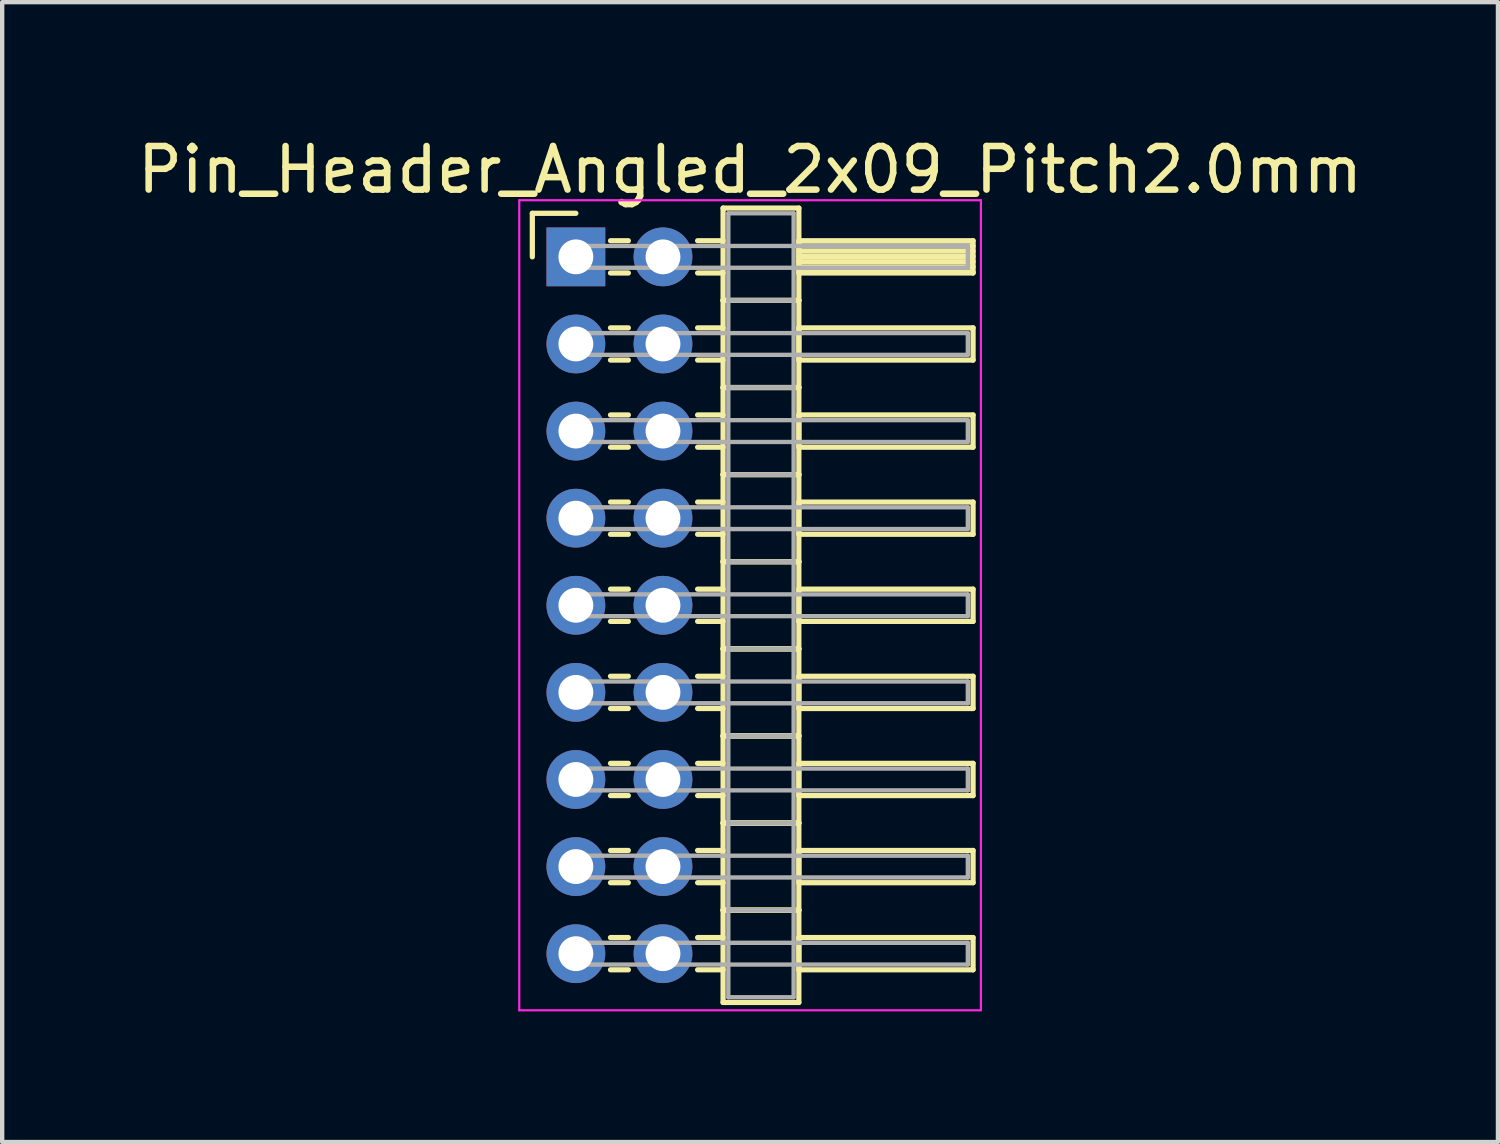
<source format=kicad_pcb>
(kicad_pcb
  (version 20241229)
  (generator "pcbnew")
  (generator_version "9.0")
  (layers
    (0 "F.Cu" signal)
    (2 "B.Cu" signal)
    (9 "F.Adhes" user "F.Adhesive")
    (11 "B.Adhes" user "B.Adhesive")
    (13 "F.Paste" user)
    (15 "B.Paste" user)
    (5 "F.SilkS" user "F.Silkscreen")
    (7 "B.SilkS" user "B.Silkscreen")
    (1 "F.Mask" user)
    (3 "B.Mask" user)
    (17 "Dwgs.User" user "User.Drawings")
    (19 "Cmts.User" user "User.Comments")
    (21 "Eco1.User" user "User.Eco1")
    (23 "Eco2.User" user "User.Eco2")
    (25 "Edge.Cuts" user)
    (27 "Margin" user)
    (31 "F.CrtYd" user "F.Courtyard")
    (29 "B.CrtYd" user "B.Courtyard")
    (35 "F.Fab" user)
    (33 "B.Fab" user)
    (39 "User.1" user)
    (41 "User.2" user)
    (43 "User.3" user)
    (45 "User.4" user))
  (footprint "Pin_Header_Angled_2x09_Pitch2.0mm"
    (layer "F.Cu")
    (at 10.173 2.848)
    (property "Reference" "Pin_Header_Angled_2x09_Pitch2.0mm" (at 4 -2 0) (layer "F.SilkS") (effects (font (size 1 1) (thickness 0.15))))
    (attr through_hole)
    (fp_line (start -1 -1) (end 0 -1) (stroke (width 0.12) (type solid)) (layer "F.SilkS"))
    (fp_line (start -1 0) (end -1 -1) (stroke (width 0.12) (type solid)) (layer "F.SilkS"))
    (fp_line (start 0.795 -0.37) (end 1.205 -0.37) (stroke (width 0.12) (type solid)) (layer "F.SilkS"))
    (fp_line (start 0.795 0.37) (end 1.205 0.37) (stroke (width 0.12) (type solid)) (layer "F.SilkS"))
    (fp_line (start 0.795 1.63) (end 1.205 1.63) (stroke (width 0.12) (type solid)) (layer "F.SilkS"))
    (fp_line (start 0.795 2.37) (end 1.205 2.37) (stroke (width 0.12) (type solid)) (layer "F.SilkS"))
    (fp_line (start 0.795 3.63) (end 1.205 3.63) (stroke (width 0.12) (type solid)) (layer "F.SilkS"))
    (fp_line (start 0.795 4.37) (end 1.205 4.37) (stroke (width 0.12) (type solid)) (layer "F.SilkS"))
    (fp_line (start 0.795 5.63) (end 1.205 5.63) (stroke (width 0.12) (type solid)) (layer "F.SilkS"))
    (fp_line (start 0.795 6.37) (end 1.205 6.37) (stroke (width 0.12) (type solid)) (layer "F.SilkS"))
    (fp_line (start 0.795 7.63) (end 1.205 7.63) (stroke (width 0.12) (type solid)) (layer "F.SilkS"))
    (fp_line (start 0.795 8.37) (end 1.205 8.37) (stroke (width 0.12) (type solid)) (layer "F.SilkS"))
    (fp_line (start 0.795 9.63) (end 1.205 9.63) (stroke (width 0.12) (type solid)) (layer "F.SilkS"))
    (fp_line (start 0.795 10.37) (end 1.205 10.37) (stroke (width 0.12) (type solid)) (layer "F.SilkS"))
    (fp_line (start 0.795 11.63) (end 1.205 11.63) (stroke (width 0.12) (type solid)) (layer "F.SilkS"))
    (fp_line (start 0.795 12.37) (end 1.205 12.37) (stroke (width 0.12) (type solid)) (layer "F.SilkS"))
    (fp_line (start 0.795 13.63) (end 1.205 13.63) (stroke (width 0.12) (type solid)) (layer "F.SilkS"))
    (fp_line (start 0.795 14.37) (end 1.205 14.37) (stroke (width 0.12) (type solid)) (layer "F.SilkS"))
    (fp_line (start 0.795 15.63) (end 1.205 15.63) (stroke (width 0.12) (type solid)) (layer "F.SilkS"))
    (fp_line (start 0.795 16.37) (end 1.205 16.37) (stroke (width 0.12) (type solid)) (layer "F.SilkS"))
    (fp_line (start 2.795 -0.37) (end 3.38 -0.37) (stroke (width 0.12) (type solid)) (layer "F.SilkS"))
    (fp_line (start 2.795 0.37) (end 3.38 0.37) (stroke (width 0.12) (type solid)) (layer "F.SilkS"))
    (fp_line (start 2.795 1.63) (end 3.38 1.63) (stroke (width 0.12) (type solid)) (layer "F.SilkS"))
    (fp_line (start 2.795 2.37) (end 3.38 2.37) (stroke (width 0.12) (type solid)) (layer "F.SilkS"))
    (fp_line (start 2.795 3.63) (end 3.38 3.63) (stroke (width 0.12) (type solid)) (layer "F.SilkS"))
    (fp_line (start 2.795 4.37) (end 3.38 4.37) (stroke (width 0.12) (type solid)) (layer "F.SilkS"))
    (fp_line (start 2.795 5.63) (end 3.38 5.63) (stroke (width 0.12) (type solid)) (layer "F.SilkS"))
    (fp_line (start 2.795 6.37) (end 3.38 6.37) (stroke (width 0.12) (type solid)) (layer "F.SilkS"))
    (fp_line (start 2.795 7.63) (end 3.38 7.63) (stroke (width 0.12) (type solid)) (layer "F.SilkS"))
    (fp_line (start 2.795 8.37) (end 3.38 8.37) (stroke (width 0.12) (type solid)) (layer "F.SilkS"))
    (fp_line (start 2.795 9.63) (end 3.38 9.63) (stroke (width 0.12) (type solid)) (layer "F.SilkS"))
    (fp_line (start 2.795 10.37) (end 3.38 10.37) (stroke (width 0.12) (type solid)) (layer "F.SilkS"))
    (fp_line (start 2.795 11.63) (end 3.38 11.63) (stroke (width 0.12) (type solid)) (layer "F.SilkS"))
    (fp_line (start 2.795 12.37) (end 3.38 12.37) (stroke (width 0.12) (type solid)) (layer "F.SilkS"))
    (fp_line (start 2.795 13.63) (end 3.38 13.63) (stroke (width 0.12) (type solid)) (layer "F.SilkS"))
    (fp_line (start 2.795 14.37) (end 3.38 14.37) (stroke (width 0.12) (type solid)) (layer "F.SilkS"))
    (fp_line (start 2.795 15.63) (end 3.38 15.63) (stroke (width 0.12) (type solid)) (layer "F.SilkS"))
    (fp_line (start 2.795 16.37) (end 3.38 16.37) (stroke (width 0.12) (type solid)) (layer "F.SilkS"))
    (fp_line (start 3.38 -1.12) (end 3.38 1) (stroke (width 0.12) (type solid)) (layer "F.SilkS"))
    (fp_line (start 3.38 1) (end 3.38 3) (stroke (width 0.12) (type solid)) (layer "F.SilkS"))
    (fp_line (start 3.38 1) (end 5.12 1) (stroke (width 0.12) (type solid)) (layer "F.SilkS"))
    (fp_line (start 3.38 3) (end 3.38 5) (stroke (width 0.12) (type solid)) (layer "F.SilkS"))
    (fp_line (start 3.38 3) (end 5.12 3) (stroke (width 0.12) (type solid)) (layer "F.SilkS"))
    (fp_line (start 3.38 5) (end 3.38 7) (stroke (width 0.12) (type solid)) (layer "F.SilkS"))
    (fp_line (start 3.38 5) (end 5.12 5) (stroke (width 0.12) (type solid)) (layer "F.SilkS"))
    (fp_line (start 3.38 7) (end 3.38 9) (stroke (width 0.12) (type solid)) (layer "F.SilkS"))
    (fp_line (start 3.38 7) (end 5.12 7) (stroke (width 0.12) (type solid)) (layer "F.SilkS"))
    (fp_line (start 3.38 9) (end 3.38 11) (stroke (width 0.12) (type solid)) (layer "F.SilkS"))
    (fp_line (start 3.38 9) (end 5.12 9) (stroke (width 0.12) (type solid)) (layer "F.SilkS"))
    (fp_line (start 3.38 11) (end 3.38 13) (stroke (width 0.12) (type solid)) (layer "F.SilkS"))
    (fp_line (start 3.38 11) (end 5.12 11) (stroke (width 0.12) (type solid)) (layer "F.SilkS"))
    (fp_line (start 3.38 13) (end 3.38 15) (stroke (width 0.12) (type solid)) (layer "F.SilkS"))
    (fp_line (start 3.38 13) (end 5.12 13) (stroke (width 0.12) (type solid)) (layer "F.SilkS"))
    (fp_line (start 3.38 15) (end 3.38 17.12) (stroke (width 0.12) (type solid)) (layer "F.SilkS"))
    (fp_line (start 3.38 15) (end 5.12 15) (stroke (width 0.12) (type solid)) (layer "F.SilkS"))
    (fp_line (start 3.38 17.12) (end 5.12 17.12) (stroke (width 0.12) (type solid)) (layer "F.SilkS"))
    (fp_line (start 5.12 -1.12) (end 3.38 -1.12) (stroke (width 0.12) (type solid)) (layer "F.SilkS"))
    (fp_line (start 5.12 -0.37) (end 5.12 0.37) (stroke (width 0.12) (type solid)) (layer "F.SilkS"))
    (fp_line (start 5.12 -0.25) (end 9.12 -0.25) (stroke (width 0.12) (type solid)) (layer "F.SilkS"))
    (fp_line (start 5.12 -0.13) (end 9.12 -0.13) (stroke (width 0.12) (type solid)) (layer "F.SilkS"))
    (fp_line (start 5.12 -0.01) (end 9.12 -0.01) (stroke (width 0.12) (type solid)) (layer "F.SilkS"))
    (fp_line (start 5.12 0.11) (end 9.12 0.11) (stroke (width 0.12) (type solid)) (layer "F.SilkS"))
    (fp_line (start 5.12 0.23) (end 9.12 0.23) (stroke (width 0.12) (type solid)) (layer "F.SilkS"))
    (fp_line (start 5.12 0.35) (end 9.12 0.35) (stroke (width 0.12) (type solid)) (layer "F.SilkS"))
    (fp_line (start 5.12 0.37) (end 9.12 0.37) (stroke (width 0.12) (type solid)) (layer "F.SilkS"))
    (fp_line (start 5.12 1) (end 3.38 1) (stroke (width 0.12) (type solid)) (layer "F.SilkS"))
    (fp_line (start 5.12 1) (end 5.12 -1.12) (stroke (width 0.12) (type solid)) (layer "F.SilkS"))
    (fp_line (start 5.12 1.63) (end 5.12 2.37) (stroke (width 0.12) (type solid)) (layer "F.SilkS"))
    (fp_line (start 5.12 2.37) (end 9.12 2.37) (stroke (width 0.12) (type solid)) (layer "F.SilkS"))
    (fp_line (start 5.12 3) (end 3.38 3) (stroke (width 0.12) (type solid)) (layer "F.SilkS"))
    (fp_line (start 5.12 3) (end 5.12 1) (stroke (width 0.12) (type solid)) (layer "F.SilkS"))
    (fp_line (start 5.12 3.63) (end 5.12 4.37) (stroke (width 0.12) (type solid)) (layer "F.SilkS"))
    (fp_line (start 5.12 4.37) (end 9.12 4.37) (stroke (width 0.12) (type solid)) (layer "F.SilkS"))
    (fp_line (start 5.12 5) (end 3.38 5) (stroke (width 0.12) (type solid)) (layer "F.SilkS"))
    (fp_line (start 5.12 5) (end 5.12 3) (stroke (width 0.12) (type solid)) (layer "F.SilkS"))
    (fp_line (start 5.12 5.63) (end 5.12 6.37) (stroke (width 0.12) (type solid)) (layer "F.SilkS"))
    (fp_line (start 5.12 6.37) (end 9.12 6.37) (stroke (width 0.12) (type solid)) (layer "F.SilkS"))
    (fp_line (start 5.12 7) (end 3.38 7) (stroke (width 0.12) (type solid)) (layer "F.SilkS"))
    (fp_line (start 5.12 7) (end 5.12 5) (stroke (width 0.12) (type solid)) (layer "F.SilkS"))
    (fp_line (start 5.12 7.63) (end 5.12 8.37) (stroke (width 0.12) (type solid)) (layer "F.SilkS"))
    (fp_line (start 5.12 8.37) (end 9.12 8.37) (stroke (width 0.12) (type solid)) (layer "F.SilkS"))
    (fp_line (start 5.12 9) (end 3.38 9) (stroke (width 0.12) (type solid)) (layer "F.SilkS"))
    (fp_line (start 5.12 9) (end 5.12 7) (stroke (width 0.12) (type solid)) (layer "F.SilkS"))
    (fp_line (start 5.12 9.63) (end 5.12 10.37) (stroke (width 0.12) (type solid)) (layer "F.SilkS"))
    (fp_line (start 5.12 10.37) (end 9.12 10.37) (stroke (width 0.12) (type solid)) (layer "F.SilkS"))
    (fp_line (start 5.12 11) (end 3.38 11) (stroke (width 0.12) (type solid)) (layer "F.SilkS"))
    (fp_line (start 5.12 11) (end 5.12 9) (stroke (width 0.12) (type solid)) (layer "F.SilkS"))
    (fp_line (start 5.12 11.63) (end 5.12 12.37) (stroke (width 0.12) (type solid)) (layer "F.SilkS"))
    (fp_line (start 5.12 12.37) (end 9.12 12.37) (stroke (width 0.12) (type solid)) (layer "F.SilkS"))
    (fp_line (start 5.12 13) (end 3.38 13) (stroke (width 0.12) (type solid)) (layer "F.SilkS"))
    (fp_line (start 5.12 13) (end 5.12 11) (stroke (width 0.12) (type solid)) (layer "F.SilkS"))
    (fp_line (start 5.12 13.63) (end 5.12 14.37) (stroke (width 0.12) (type solid)) (layer "F.SilkS"))
    (fp_line (start 5.12 14.37) (end 9.12 14.37) (stroke (width 0.12) (type solid)) (layer "F.SilkS"))
    (fp_line (start 5.12 15) (end 3.38 15) (stroke (width 0.12) (type solid)) (layer "F.SilkS"))
    (fp_line (start 5.12 15) (end 5.12 13) (stroke (width 0.12) (type solid)) (layer "F.SilkS"))
    (fp_line (start 5.12 15.63) (end 5.12 16.37) (stroke (width 0.12) (type solid)) (layer "F.SilkS"))
    (fp_line (start 5.12 16.37) (end 9.12 16.37) (stroke (width 0.12) (type solid)) (layer "F.SilkS"))
    (fp_line (start 5.12 17.12) (end 5.12 15) (stroke (width 0.12) (type solid)) (layer "F.SilkS"))
    (fp_line (start 9.12 -0.37) (end 5.12 -0.37) (stroke (width 0.12) (type solid)) (layer "F.SilkS"))
    (fp_line (start 9.12 0.37) (end 9.12 -0.37) (stroke (width 0.12) (type solid)) (layer "F.SilkS"))
    (fp_line (start 9.12 1.63) (end 5.12 1.63) (stroke (width 0.12) (type solid)) (layer "F.SilkS"))
    (fp_line (start 9.12 2.37) (end 9.12 1.63) (stroke (width 0.12) (type solid)) (layer "F.SilkS"))
    (fp_line (start 9.12 3.63) (end 5.12 3.63) (stroke (width 0.12) (type solid)) (layer "F.SilkS"))
    (fp_line (start 9.12 4.37) (end 9.12 3.63) (stroke (width 0.12) (type solid)) (layer "F.SilkS"))
    (fp_line (start 9.12 5.63) (end 5.12 5.63) (stroke (width 0.12) (type solid)) (layer "F.SilkS"))
    (fp_line (start 9.12 6.37) (end 9.12 5.63) (stroke (width 0.12) (type solid)) (layer "F.SilkS"))
    (fp_line (start 9.12 7.63) (end 5.12 7.63) (stroke (width 0.12) (type solid)) (layer "F.SilkS"))
    (fp_line (start 9.12 8.37) (end 9.12 7.63) (stroke (width 0.12) (type solid)) (layer "F.SilkS"))
    (fp_line (start 9.12 9.63) (end 5.12 9.63) (stroke (width 0.12) (type solid)) (layer "F.SilkS"))
    (fp_line (start 9.12 10.37) (end 9.12 9.63) (stroke (width 0.12) (type solid)) (layer "F.SilkS"))
    (fp_line (start 9.12 11.63) (end 5.12 11.63) (stroke (width 0.12) (type solid)) (layer "F.SilkS"))
    (fp_line (start 9.12 12.37) (end 9.12 11.63) (stroke (width 0.12) (type solid)) (layer "F.SilkS"))
    (fp_line (start 9.12 13.63) (end 5.12 13.63) (stroke (width 0.12) (type solid)) (layer "F.SilkS"))
    (fp_line (start 9.12 14.37) (end 9.12 13.63) (stroke (width 0.12) (type solid)) (layer "F.SilkS"))
    (fp_line (start 9.12 15.63) (end 5.12 15.63) (stroke (width 0.12) (type solid)) (layer "F.SilkS"))
    (fp_line (start 9.12 16.37) (end 9.12 15.63) (stroke (width 0.12) (type solid)) (layer "F.SilkS"))
    (fp_line (start -1.3 -1.3) (end -1.3 17.3) (stroke (width 0.05) (type solid)) (layer "F.CrtYd"))
    (fp_line (start -1.3 17.3) (end 9.3 17.3) (stroke (width 0.05) (type solid)) (layer "F.CrtYd"))
    (fp_line (start 9.3 -1.3) (end -1.3 -1.3) (stroke (width 0.05) (type solid)) (layer "F.CrtYd"))
    (fp_line (start 9.3 17.3) (end 9.3 -1.3) (stroke (width 0.05) (type solid)) (layer "F.CrtYd"))
    (fp_line (start 0 -0.25) (end 0 0.25) (stroke (width 0.1) (type solid)) (layer "F.Fab"))
    (fp_line (start 0 0.25) (end 9 0.25) (stroke (width 0.1) (type solid)) (layer "F.Fab"))
    (fp_line (start 0 1.75) (end 0 2.25) (stroke (width 0.1) (type solid)) (layer "F.Fab"))
    (fp_line (start 0 2.25) (end 9 2.25) (stroke (width 0.1) (type solid)) (layer "F.Fab"))
    (fp_line (start 0 3.75) (end 0 4.25) (stroke (width 0.1) (type solid)) (layer "F.Fab"))
    (fp_line (start 0 4.25) (end 9 4.25) (stroke (width 0.1) (type solid)) (layer "F.Fab"))
    (fp_line (start 0 5.75) (end 0 6.25) (stroke (width 0.1) (type solid)) (layer "F.Fab"))
    (fp_line (start 0 6.25) (end 9 6.25) (stroke (width 0.1) (type solid)) (layer "F.Fab"))
    (fp_line (start 0 7.75) (end 0 8.25) (stroke (width 0.1) (type solid)) (layer "F.Fab"))
    (fp_line (start 0 8.25) (end 9 8.25) (stroke (width 0.1) (type solid)) (layer "F.Fab"))
    (fp_line (start 0 9.75) (end 0 10.25) (stroke (width 0.1) (type solid)) (layer "F.Fab"))
    (fp_line (start 0 10.25) (end 9 10.25) (stroke (width 0.1) (type solid)) (layer "F.Fab"))
    (fp_line (start 0 11.75) (end 0 12.25) (stroke (width 0.1) (type solid)) (layer "F.Fab"))
    (fp_line (start 0 12.25) (end 9 12.25) (stroke (width 0.1) (type solid)) (layer "F.Fab"))
    (fp_line (start 0 13.75) (end 0 14.25) (stroke (width 0.1) (type solid)) (layer "F.Fab"))
    (fp_line (start 0 14.25) (end 9 14.25) (stroke (width 0.1) (type solid)) (layer "F.Fab"))
    (fp_line (start 0 15.75) (end 0 16.25) (stroke (width 0.1) (type solid)) (layer "F.Fab"))
    (fp_line (start 0 16.25) (end 9 16.25) (stroke (width 0.1) (type solid)) (layer "F.Fab"))
    (fp_line (start 3.5 -1) (end 3.5 1) (stroke (width 0.1) (type solid)) (layer "F.Fab"))
    (fp_line (start 3.5 1) (end 3.5 3) (stroke (width 0.1) (type solid)) (layer "F.Fab"))
    (fp_line (start 3.5 1) (end 5 1) (stroke (width 0.1) (type solid)) (layer "F.Fab"))
    (fp_line (start 3.5 3) (end 3.5 5) (stroke (width 0.1) (type solid)) (layer "F.Fab"))
    (fp_line (start 3.5 3) (end 5 3) (stroke (width 0.1) (type solid)) (layer "F.Fab"))
    (fp_line (start 3.5 5) (end 3.5 7) (stroke (width 0.1) (type solid)) (layer "F.Fab"))
    (fp_line (start 3.5 5) (end 5 5) (stroke (width 0.1) (type solid)) (layer "F.Fab"))
    (fp_line (start 3.5 7) (end 3.5 9) (stroke (width 0.1) (type solid)) (layer "F.Fab"))
    (fp_line (start 3.5 7) (end 5 7) (stroke (width 0.1) (type solid)) (layer "F.Fab"))
    (fp_line (start 3.5 9) (end 3.5 11) (stroke (width 0.1) (type solid)) (layer "F.Fab"))
    (fp_line (start 3.5 9) (end 5 9) (stroke (width 0.1) (type solid)) (layer "F.Fab"))
    (fp_line (start 3.5 11) (end 3.5 13) (stroke (width 0.1) (type solid)) (layer "F.Fab"))
    (fp_line (start 3.5 11) (end 5 11) (stroke (width 0.1) (type solid)) (layer "F.Fab"))
    (fp_line (start 3.5 13) (end 3.5 15) (stroke (width 0.1) (type solid)) (layer "F.Fab"))
    (fp_line (start 3.5 13) (end 5 13) (stroke (width 0.1) (type solid)) (layer "F.Fab"))
    (fp_line (start 3.5 15) (end 3.5 17) (stroke (width 0.1) (type solid)) (layer "F.Fab"))
    (fp_line (start 3.5 15) (end 5 15) (stroke (width 0.1) (type solid)) (layer "F.Fab"))
    (fp_line (start 3.5 17) (end 5 17) (stroke (width 0.1) (type solid)) (layer "F.Fab"))
    (fp_line (start 5 -1) (end 3.5 -1) (stroke (width 0.1) (type solid)) (layer "F.Fab"))
    (fp_line (start 5 1) (end 3.5 1) (stroke (width 0.1) (type solid)) (layer "F.Fab"))
    (fp_line (start 5 1) (end 5 -1) (stroke (width 0.1) (type solid)) (layer "F.Fab"))
    (fp_line (start 5 3) (end 3.5 3) (stroke (width 0.1) (type solid)) (layer "F.Fab"))
    (fp_line (start 5 3) (end 5 1) (stroke (width 0.1) (type solid)) (layer "F.Fab"))
    (fp_line (start 5 5) (end 3.5 5) (stroke (width 0.1) (type solid)) (layer "F.Fab"))
    (fp_line (start 5 5) (end 5 3) (stroke (width 0.1) (type solid)) (layer "F.Fab"))
    (fp_line (start 5 7) (end 3.5 7) (stroke (width 0.1) (type solid)) (layer "F.Fab"))
    (fp_line (start 5 7) (end 5 5) (stroke (width 0.1) (type solid)) (layer "F.Fab"))
    (fp_line (start 5 9) (end 3.5 9) (stroke (width 0.1) (type solid)) (layer "F.Fab"))
    (fp_line (start 5 9) (end 5 7) (stroke (width 0.1) (type solid)) (layer "F.Fab"))
    (fp_line (start 5 11) (end 3.5 11) (stroke (width 0.1) (type solid)) (layer "F.Fab"))
    (fp_line (start 5 11) (end 5 9) (stroke (width 0.1) (type solid)) (layer "F.Fab"))
    (fp_line (start 5 13) (end 3.5 13) (stroke (width 0.1) (type solid)) (layer "F.Fab"))
    (fp_line (start 5 13) (end 5 11) (stroke (width 0.1) (type solid)) (layer "F.Fab"))
    (fp_line (start 5 15) (end 3.5 15) (stroke (width 0.1) (type solid)) (layer "F.Fab"))
    (fp_line (start 5 15) (end 5 13) (stroke (width 0.1) (type solid)) (layer "F.Fab"))
    (fp_line (start 5 17) (end 5 15) (stroke (width 0.1) (type solid)) (layer "F.Fab"))
    (fp_line (start 9 -0.25) (end 0 -0.25) (stroke (width 0.1) (type solid)) (layer "F.Fab"))
    (fp_line (start 9 0.25) (end 9 -0.25) (stroke (width 0.1) (type solid)) (layer "F.Fab"))
    (fp_line (start 9 1.75) (end 0 1.75) (stroke (width 0.1) (type solid)) (layer "F.Fab"))
    (fp_line (start 9 2.25) (end 9 1.75) (stroke (width 0.1) (type solid)) (layer "F.Fab"))
    (fp_line (start 9 3.75) (end 0 3.75) (stroke (width 0.1) (type solid)) (layer "F.Fab"))
    (fp_line (start 9 4.25) (end 9 3.75) (stroke (width 0.1) (type solid)) (layer "F.Fab"))
    (fp_line (start 9 5.75) (end 0 5.75) (stroke (width 0.1) (type solid)) (layer "F.Fab"))
    (fp_line (start 9 6.25) (end 9 5.75) (stroke (width 0.1) (type solid)) (layer "F.Fab"))
    (fp_line (start 9 7.75) (end 0 7.75) (stroke (width 0.1) (type solid)) (layer "F.Fab"))
    (fp_line (start 9 8.25) (end 9 7.75) (stroke (width 0.1) (type solid)) (layer "F.Fab"))
    (fp_line (start 9 9.75) (end 0 9.75) (stroke (width 0.1) (type solid)) (layer "F.Fab"))
    (fp_line (start 9 10.25) (end 9 9.75) (stroke (width 0.1) (type solid)) (layer "F.Fab"))
    (fp_line (start 9 11.75) (end 0 11.75) (stroke (width 0.1) (type solid)) (layer "F.Fab"))
    (fp_line (start 9 12.25) (end 9 11.75) (stroke (width 0.1) (type solid)) (layer "F.Fab"))
    (fp_line (start 9 13.75) (end 0 13.75) (stroke (width 0.1) (type solid)) (layer "F.Fab"))
    (fp_line (start 9 14.25) (end 9 13.75) (stroke (width 0.1) (type solid)) (layer "F.Fab"))
    (fp_line (start 9 15.75) (end 0 15.75) (stroke (width 0.1) (type solid)) (layer "F.Fab"))
    (fp_line (start 9 16.25) (end 9 15.75) (stroke (width 0.1) (type solid)) (layer "F.Fab"))
    (pad "1" thru_hole rect (at 0 0) (size 1.35 1.35) (drill 0.8) (layers "*.Cu" "*.Mask"))
    (pad "2" thru_hole oval (at 2 0) (size 1.35 1.35) (drill 0.8) (layers "*.Cu" "*.Mask"))
    (pad "3" thru_hole oval (at 0 2) (size 1.35 1.35) (drill 0.8) (layers "*.Cu" "*.Mask"))
    (pad "4" thru_hole oval (at 2 2) (size 1.35 1.35) (drill 0.8) (layers "*.Cu" "*.Mask"))
    (pad "5" thru_hole oval (at 0 4) (size 1.35 1.35) (drill 0.8) (layers "*.Cu" "*.Mask"))
    (pad "6" thru_hole oval (at 2 4) (size 1.35 1.35) (drill 0.8) (layers "*.Cu" "*.Mask"))
    (pad "7" thru_hole oval (at 0 6) (size 1.35 1.35) (drill 0.8) (layers "*.Cu" "*.Mask"))
    (pad "8" thru_hole oval (at 2 6) (size 1.35 1.35) (drill 0.8) (layers "*.Cu" "*.Mask"))
    (pad "9" thru_hole oval (at 0 8) (size 1.35 1.35) (drill 0.8) (layers "*.Cu" "*.Mask"))
    (pad "10" thru_hole oval (at 2 8) (size 1.35 1.35) (drill 0.8) (layers "*.Cu" "*.Mask"))
    (pad "11" thru_hole oval (at 0 10) (size 1.35 1.35) (drill 0.8) (layers "*.Cu" "*.Mask"))
    (pad "12" thru_hole oval (at 2 10) (size 1.35 1.35) (drill 0.8) (layers "*.Cu" "*.Mask"))
    (pad "13" thru_hole oval (at 0 12) (size 1.35 1.35) (drill 0.8) (layers "*.Cu" "*.Mask"))
    (pad "14" thru_hole oval (at 2 12) (size 1.35 1.35) (drill 0.8) (layers "*.Cu" "*.Mask"))
    (pad "15" thru_hole oval (at 0 14) (size 1.35 1.35) (drill 0.8) (layers "*.Cu" "*.Mask"))
    (pad "16" thru_hole oval (at 2 14) (size 1.35 1.35) (drill 0.8) (layers "*.Cu" "*.Mask"))
    (pad "17" thru_hole oval (at 0 16) (size 1.35 1.35) (drill 0.8) (layers "*.Cu" "*.Mask"))
    (pad "18" thru_hole oval (at 2 16) (size 1.35 1.35) (drill 0.8) (layers "*.Cu" "*.Mask")))
  (gr_rect
    (start -3 -3)
    (end 31.345 23.173)
    (stroke (width 0.1) (type default))
    (fill no)
    (layer "Edge.Cuts")))
</source>
